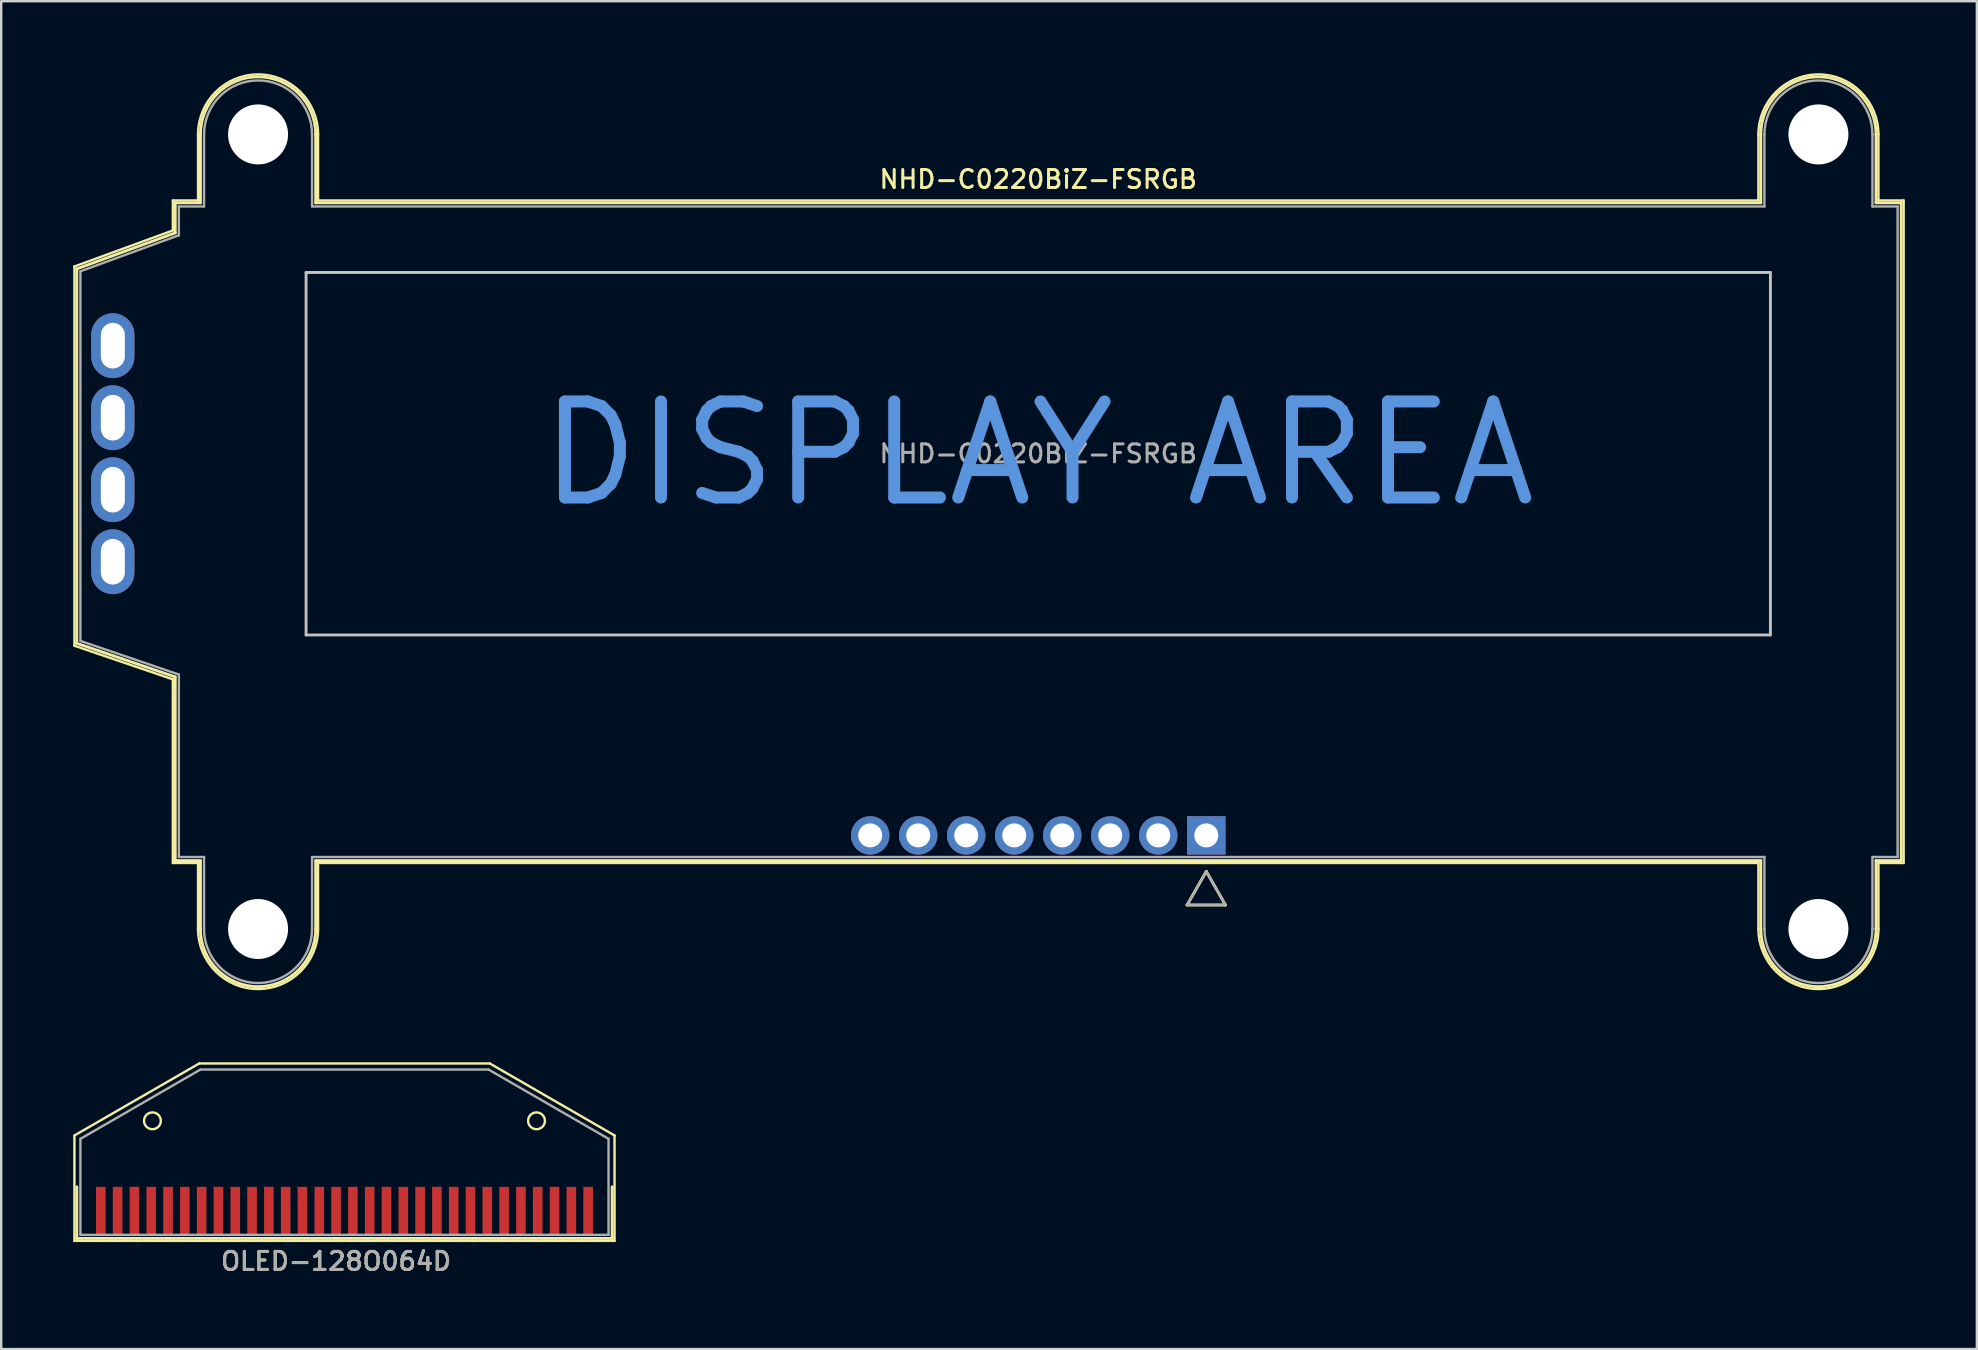
<source format=kicad_pcb>
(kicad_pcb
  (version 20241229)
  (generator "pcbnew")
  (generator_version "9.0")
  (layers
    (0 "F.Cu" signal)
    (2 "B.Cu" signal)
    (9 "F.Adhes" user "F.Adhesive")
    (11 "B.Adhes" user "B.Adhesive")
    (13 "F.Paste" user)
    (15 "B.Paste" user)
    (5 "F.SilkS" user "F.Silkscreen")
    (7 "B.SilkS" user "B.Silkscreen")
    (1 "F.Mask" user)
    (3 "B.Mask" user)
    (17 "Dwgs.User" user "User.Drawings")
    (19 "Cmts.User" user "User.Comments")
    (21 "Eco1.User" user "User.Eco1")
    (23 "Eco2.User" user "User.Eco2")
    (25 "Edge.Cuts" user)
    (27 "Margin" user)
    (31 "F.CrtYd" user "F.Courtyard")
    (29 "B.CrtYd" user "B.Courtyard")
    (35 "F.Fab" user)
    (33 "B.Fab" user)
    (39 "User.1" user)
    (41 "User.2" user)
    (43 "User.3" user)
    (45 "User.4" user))
  (footprint "NHD-C0220BiZ-FSRGB"
    (layer "F.Cu")
    (at 40.2 15.85)
    (property "Reference" "NHD-C0220BiZ-FSRGB" (at 0 -11.43 0) (layer "F.SilkS") (effects (font (size 0.75 0.75) (thickness 0.125))))
    (attr through_hole)
    (fp_line (start -40.15 -7.8) (end -36.05 -9.3) (stroke (width 0.1) (type solid)) (layer "F.SilkS"))
    (fp_line (start -40.15 8) (end -40.15 -7.8) (stroke (width 0.1) (type solid)) (layer "F.SilkS"))
    (fp_line (start -40.05 -7.7) (end -40.05 7.9) (stroke (width 0.12) (type solid)) (layer "F.SilkS"))
    (fp_line (start -40.05 7.9) (end -35.95 9.3) (stroke (width 0.12) (type solid)) (layer "F.SilkS"))
    (fp_line (start -36.05 -10.55) (end -35 -10.55) (stroke (width 0.1) (type solid)) (layer "F.SilkS"))
    (fp_line (start -36.05 -9.3) (end -36.05 -10.55) (stroke (width 0.1) (type solid)) (layer "F.SilkS"))
    (fp_line (start -36.05 9.4) (end -40.15 8) (stroke (width 0.1) (type solid)) (layer "F.SilkS"))
    (fp_line (start -36.05 17.05) (end -36.05 9.4) (stroke (width 0.1) (type solid)) (layer "F.SilkS"))
    (fp_line (start -35.95 -10.45) (end -35.95 -9.2) (stroke (width 0.12) (type solid)) (layer "F.SilkS"))
    (fp_line (start -35.95 -9.2) (end -40.05 -7.7) (stroke (width 0.12) (type solid)) (layer "F.SilkS"))
    (fp_line (start -35.95 9.3) (end -35.95 16.95) (stroke (width 0.12) (type solid)) (layer "F.SilkS"))
    (fp_line (start -35.95 16.95) (end -34.9 16.95) (stroke (width 0.12) (type solid)) (layer "F.SilkS"))
    (fp_line (start -35 -10.55) (end -35 -13.3) (stroke (width 0.1) (type solid)) (layer "F.SilkS"))
    (fp_line (start -35 17.05) (end -36.05 17.05) (stroke (width 0.1) (type solid)) (layer "F.SilkS"))
    (fp_line (start -35 19.8) (end -35 17.05) (stroke (width 0.1) (type solid)) (layer "F.SilkS"))
    (fp_line (start -34.9 -13.3) (end -34.9 -10.45) (stroke (width 0.12) (type solid)) (layer "F.SilkS"))
    (fp_line (start -34.9 -10.45) (end -35.95 -10.45) (stroke (width 0.12) (type solid)) (layer "F.SilkS"))
    (fp_line (start -34.9 16.95) (end -34.9 19.8) (stroke (width 0.12) (type solid)) (layer "F.SilkS"))
    (fp_line (start -30.1 -10.45) (end -30.1 -13.3) (stroke (width 0.12) (type solid)) (layer "F.SilkS"))
    (fp_line (start -30.1 16.95) (end 30.1 16.95) (stroke (width 0.12) (type solid)) (layer "F.SilkS"))
    (fp_line (start -30.1 19.8) (end -30.1 16.95) (stroke (width 0.12) (type solid)) (layer "F.SilkS"))
    (fp_line (start -30 -13.3) (end -30 -10.55) (stroke (width 0.1) (type solid)) (layer "F.SilkS"))
    (fp_line (start -30 -10.55) (end 30 -10.55) (stroke (width 0.1) (type solid)) (layer "F.SilkS"))
    (fp_line (start -30 17.05) (end -30 19.8) (stroke (width 0.1) (type solid)) (layer "F.SilkS"))
    (fp_line (start 6.2 18.8) (end 7 17.4) (stroke (width 0.12) (type solid)) (layer "F.SilkS"))
    (fp_line (start 6.2 18.8) (end 7.8 18.8) (stroke (width 0.12) (type solid)) (layer "F.SilkS"))
    (fp_line (start 7 17.4) (end 7.8 18.8) (stroke (width 0.12) (type solid)) (layer "F.SilkS"))
    (fp_line (start 30 -10.55) (end 30 -13.3) (stroke (width 0.1) (type solid)) (layer "F.SilkS"))
    (fp_line (start 30 17.05) (end -30 17.05) (stroke (width 0.1) (type solid)) (layer "F.SilkS"))
    (fp_line (start 30 19.8) (end 30 17.05) (stroke (width 0.1) (type solid)) (layer "F.SilkS"))
    (fp_line (start 30.1 -13.3) (end 30.1 -10.45) (stroke (width 0.12) (type solid)) (layer "F.SilkS"))
    (fp_line (start 30.1 -10.45) (end -30.1 -10.45) (stroke (width 0.12) (type solid)) (layer "F.SilkS"))
    (fp_line (start 30.1 16.95) (end 30.1 19.8) (stroke (width 0.12) (type solid)) (layer "F.SilkS"))
    (fp_line (start 34.9 -10.45) (end 34.9 -13.3) (stroke (width 0.12) (type solid)) (layer "F.SilkS"))
    (fp_line (start 34.9 16.95) (end 35.95 16.95) (stroke (width 0.12) (type solid)) (layer "F.SilkS"))
    (fp_line (start 34.9 19.8) (end 34.9 16.95) (stroke (width 0.12) (type solid)) (layer "F.SilkS"))
    (fp_line (start 35 -10.55) (end 35 -13.3) (stroke (width 0.1) (type solid)) (layer "F.SilkS"))
    (fp_line (start 35 17.05) (end 35 19.8) (stroke (width 0.1) (type solid)) (layer "F.SilkS"))
    (fp_line (start 35.95 -10.45) (end 34.9 -10.45) (stroke (width 0.12) (type solid)) (layer "F.SilkS"))
    (fp_line (start 35.95 16.95) (end 35.95 -10.45) (stroke (width 0.12) (type solid)) (layer "F.SilkS"))
    (fp_line (start 36.05 -10.55) (end 35 -10.55) (stroke (width 0.1) (type solid)) (layer "F.SilkS"))
    (fp_line (start 36.05 -10.55) (end 36.05 17.05) (stroke (width 0.1) (type solid)) (layer "F.SilkS"))
    (fp_line (start 36.05 17.05) (end 35 17.05) (stroke (width 0.1) (type solid)) (layer "F.SilkS"))
    (fp_arc (start -35 -13.3) (mid -32.5 -15.8) (end -30 -13.3) (stroke (width 0.1) (type solid)) (layer "F.SilkS"))
    (fp_arc (start -34.9 -13.3) (mid -32.5 -15.7) (end -30.1 -13.3) (stroke (width 0.12) (type solid)) (layer "F.SilkS"))
    (fp_arc (start -30.1 19.8) (mid -32.5 22.2) (end -34.9 19.8) (stroke (width 0.12) (type solid)) (layer "F.SilkS"))
    (fp_arc (start -30 19.8) (mid -32.5 22.3) (end -35 19.8) (stroke (width 0.1) (type solid)) (layer "F.SilkS"))
    (fp_arc (start 30 -13.3) (mid 32.5 -15.8) (end 35 -13.3) (stroke (width 0.1) (type solid)) (layer "F.SilkS"))
    (fp_arc (start 30.1 -13.3) (mid 32.5 -15.7) (end 34.9 -13.3) (stroke (width 0.12) (type solid)) (layer "F.SilkS"))
    (fp_arc (start 34.9 19.8) (mid 32.5 22.2) (end 30.1 19.8) (stroke (width 0.12) (type solid)) (layer "F.SilkS"))
    (fp_arc (start 35 19.8) (mid 32.5 22.3) (end 30 19.8) (stroke (width 0.1) (type solid)) (layer "F.SilkS"))
    (fp_line (start -30.5 -7.55) (end 30.5 -7.55) (stroke (width 0.12) (type solid)) (layer "Dwgs.User"))
    (fp_line (start -30.5 7.55) (end -30.5 -7.55) (stroke (width 0.12) (type solid)) (layer "Dwgs.User"))
    (fp_line (start 30.5 -7.55) (end 30.5 7.55) (stroke (width 0.12) (type solid)) (layer "Dwgs.User"))
    (fp_line (start 30.5 7.55) (end -30.5 7.55) (stroke (width 0.12) (type solid)) (layer "Dwgs.User"))
    (fp_line (start -39.9 -7.6) (end -35.8 -9.1) (stroke (width 0.1) (type solid)) (layer "F.Fab"))
    (fp_line (start -39.9 7.8) (end -39.9 -7.6) (stroke (width 0.1) (type solid)) (layer "F.Fab"))
    (fp_line (start -35.8 -10.3) (end -35.8 -9.1) (stroke (width 0.1) (type solid)) (layer "F.Fab"))
    (fp_line (start -35.8 -10.3) (end -34.75 -10.3) (stroke (width 0.1) (type solid)) (layer "F.Fab"))
    (fp_line (start -35.8 9.2) (end -39.9 7.8) (stroke (width 0.1) (type solid)) (layer "F.Fab"))
    (fp_line (start -35.8 9.2) (end -35.8 16.8) (stroke (width 0.1) (type solid)) (layer "F.Fab"))
    (fp_line (start -34.75 -10.3) (end -34.75 -13.3) (stroke (width 0.1) (type solid)) (layer "F.Fab"))
    (fp_line (start -34.75 16.8) (end -35.8 16.8) (stroke (width 0.1) (type solid)) (layer "F.Fab"))
    (fp_line (start -34.75 19.8) (end -34.75 16.8) (stroke (width 0.1) (type solid)) (layer "F.Fab"))
    (fp_line (start -30.25 -10.3) (end -30.25 -13.3) (stroke (width 0.1) (type solid)) (layer "F.Fab"))
    (fp_line (start -30.25 -10.3) (end 30.25 -10.3) (stroke (width 0.1) (type solid)) (layer "F.Fab"))
    (fp_line (start -30.25 16.8) (end -30.25 19.7) (stroke (width 0.1) (type solid)) (layer "F.Fab"))
    (fp_line (start -30.25 16.8) (end 30.25 16.8) (stroke (width 0.1) (type solid)) (layer "F.Fab"))
    (fp_line (start 6.2 18.8) (end 7.8 18.8) (stroke (width 0.1) (type solid)) (layer "F.Fab"))
    (fp_line (start 7 17.4) (end 6.2 18.8) (stroke (width 0.1) (type solid)) (layer "F.Fab"))
    (fp_line (start 7.8 18.8) (end 7 17.4) (stroke (width 0.1) (type solid)) (layer "F.Fab"))
    (fp_line (start 30.25 -10.3) (end 30.25 -13.3) (stroke (width 0.1) (type solid)) (layer "F.Fab"))
    (fp_line (start 30.25 19.8) (end 30.25 16.8) (stroke (width 0.1) (type solid)) (layer "F.Fab"))
    (fp_line (start 34.75 -13.3) (end 34.75 -10.3) (stroke (width 0.1) (type solid)) (layer "F.Fab"))
    (fp_line (start 34.75 -10.3) (end 35.8 -10.3) (stroke (width 0.1) (type solid)) (layer "F.Fab"))
    (fp_line (start 34.75 16.8) (end 34.75 19.8) (stroke (width 0.1) (type solid)) (layer "F.Fab"))
    (fp_line (start 35.8 -10.3) (end 35.8 16.8) (stroke (width 0.1) (type solid)) (layer "F.Fab"))
    (fp_line (start 35.8 16.8) (end 34.75 16.8) (stroke (width 0.1) (type solid)) (layer "F.Fab"))
    (fp_arc (start -34.75 -13.3) (mid -32.5 -15.55) (end -30.25 -13.3) (stroke (width 0.1) (type solid)) (layer "F.Fab"))
    (fp_arc (start -30.251542 19.716724) (mid -32.458355 22.049614) (end -34.75 19.8) (stroke (width 0.1) (type solid)) (layer "F.Fab"))
    (fp_arc (start 30.25 -13.3) (mid 32.5 -15.55) (end 34.75 -13.3) (stroke (width 0.1) (type solid)) (layer "F.Fab"))
    (fp_arc (start 34.75 19.8) (mid 32.5 22.05) (end 30.25 19.8) (stroke (width 0.1) (type solid)) (layer "F.Fab"))
    (fp_text user "DISPLAY AREA" (at 0 0 0) (layer "Cmts.User") (effects (font (size 4 4) (thickness 0.5))))
    (fp_text user "${REFERENCE}" (at 0 0 0) (layer "F.Fab") (effects (font (size 0.75 0.75) (thickness 0.125))))
    (pad "" np_thru_hole circle (at -32.5 -13.3) (size 2.5 2.5) (drill 2.5) (layers "*.Cu" "*.Mask"))
    (pad "" np_thru_hole circle (at -32.5 19.8) (size 2.5 2.5) (drill 2.5) (layers "*.Cu" "*.Mask"))
    (pad "" np_thru_hole circle (at 32.5 -13.3) (size 2.5 2.5) (drill 2.5) (layers "*.Cu" "*.Mask"))
    (pad "" np_thru_hole circle (at 32.5 19.8) (size 2.5 2.5) (drill 2.5) (layers "*.Cu" "*.Mask"))
    (pad "1" thru_hole rect (at 7 15.9) (size 1.6 1.6) (drill 1) (layers "*.Cu" "*.Mask"))
    (pad "2" thru_hole circle (at 5 15.9) (size 1.6 1.6) (drill 1) (layers "*.Cu" "*.Mask"))
    (pad "3" thru_hole circle (at 3 15.9) (size 1.6 1.6) (drill 1) (layers "*.Cu" "*.Mask"))
    (pad "4" thru_hole circle (at 1 15.9) (size 1.6 1.6) (drill 1) (layers "*.Cu" "*.Mask"))
    (pad "5" thru_hole circle (at -1 15.9) (size 1.6 1.6) (drill 1) (layers "*.Cu" "*.Mask"))
    (pad "6" thru_hole circle (at -3 15.9) (size 1.6 1.6) (drill 1) (layers "*.Cu" "*.Mask"))
    (pad "7" thru_hole circle (at -5 15.9) (size 1.6 1.6) (drill 1) (layers "*.Cu" "*.Mask"))
    (pad "8" thru_hole circle (at -7 15.9) (size 1.6 1.6) (drill 1) (layers "*.Cu" "*.Mask"))
    (pad "9" thru_hole oval (at -38.55 4.5) (size 1.8 2.7) (drill oval 1 1.9) (layers "*.Cu" "*.Mask"))
    (pad "10" thru_hole oval (at -38.55 1.5) (size 1.8 2.7) (drill oval 1 1.9) (layers "*.Cu" "*.Mask"))
    (pad "11" thru_hole oval (at -38.55 -1.5) (size 1.8 2.7) (drill oval 1 1.9) (layers "*.Cu" "*.Mask"))
    (pad "12" thru_hole oval (at -38.55 -4.5) (size 1.8 2.7) (drill oval 1 1.9) (layers "*.Cu" "*.Mask")))
  (footprint "OLED-128O064D"
    (layer "F.Cu")
    (at 11.3 47.39)
    (property "Reference" "OLED-128O064D" (at -0.35 2.1 0) (layer "F.SilkS") (effects (font (size 0.75 0.75) (thickness 0.125))))
    (attr smd)
    (fp_line (start -11.25 -3.14) (end -11.25 1.25) (stroke (width 0.1) (type solid)) (layer "F.SilkS"))
    (fp_line (start -11.15 -1) (end -11.15 1.15) (stroke (width 0.12) (type solid)) (layer "F.SilkS"))
    (fp_line (start -11.15 1.15) (end 11.15 1.15) (stroke (width 0.12) (type solid)) (layer "F.SilkS"))
    (fp_line (start -6.05 -6.14) (end -11.25 -3.14) (stroke (width 0.1) (type solid)) (layer "F.SilkS"))
    (fp_line (start 6.05 -6.14) (end -6.05 -6.14) (stroke (width 0.1) (type solid)) (layer "F.SilkS"))
    (fp_line (start 6.05 -6.14) (end 11.25 -3.14) (stroke (width 0.1) (type solid)) (layer "F.SilkS"))
    (fp_line (start 11.15 1.15) (end 11.15 -1) (stroke (width 0.12) (type solid)) (layer "F.SilkS"))
    (fp_line (start 11.25 1.25) (end -11.25 1.25) (stroke (width 0.1) (type solid)) (layer "F.SilkS"))
    (fp_line (start 11.25 1.25) (end 11.25 -3.14) (stroke (width 0.1) (type solid)) (layer "F.SilkS"))
    (fp_circle (center -8 -3.75) (end -7.65 -3.75) (stroke (width 0.1) (type solid)) (fill no) (layer "F.SilkS"))
    (fp_circle (center 8 -3.75) (end 8.35 -3.75) (stroke (width 0.1) (type solid)) (fill no) (layer "F.SilkS"))
    (fp_line (start -11 -3) (end -6 -5.887) (stroke (width 0.1) (type solid)) (layer "F.Fab"))
    (fp_line (start -11 1) (end -11 -3) (stroke (width 0.1) (type solid)) (layer "F.Fab"))
    (fp_line (start -11 1) (end 11 1) (stroke (width 0.1) (type solid)) (layer "F.Fab"))
    (fp_line (start -6 -5.887) (end 6 -5.887) (stroke (width 0.1) (type solid)) (layer "F.Fab"))
    (fp_line (start 11 -3) (end 6 -5.887) (stroke (width 0.1) (type solid)) (layer "F.Fab"))
    (fp_line (start 11 1) (end 11 -3) (stroke (width 0.1) (type solid)) (layer "F.Fab"))
    (fp_text user "${REFERENCE}" (at -0.35 2.1 0) (layer "F.Fab") (effects (font (size 0.75 0.75) (thickness 0.125))))
    (pad "1" smd rect (at -10.15 0) (size 0.4 2) (layers "F.Cu" "F.Mask" "F.Paste"))
    (pad "2" smd rect (at -9.45 0) (size 0.4 2) (layers "F.Cu" "F.Mask" "F.Paste"))
    (pad "3" smd rect (at -8.75 0) (size 0.4 2) (layers "F.Cu" "F.Mask" "F.Paste"))
    (pad "4" smd rect (at -8.05 0) (size 0.4 2) (layers "F.Cu" "F.Mask" "F.Paste"))
    (pad "5" smd rect (at -7.35 0) (size 0.4 2) (layers "F.Cu" "F.Mask" "F.Paste"))
    (pad "6" smd rect (at -6.65 0) (size 0.4 2) (layers "F.Cu" "F.Mask" "F.Paste"))
    (pad "7" smd rect (at -5.95 0) (size 0.4 2) (layers "F.Cu" "F.Mask" "F.Paste"))
    (pad "8" smd rect (at -5.25 0) (size 0.4 2) (layers "F.Cu" "F.Mask" "F.Paste"))
    (pad "9" smd rect (at -4.55 0) (size 0.4 2) (layers "F.Cu" "F.Mask" "F.Paste"))
    (pad "10" smd rect (at -3.85 0) (size 0.4 2) (layers "F.Cu" "F.Mask" "F.Paste"))
    (pad "11" smd rect (at -3.15 0) (size 0.4 2) (layers "F.Cu" "F.Mask" "F.Paste"))
    (pad "12" smd rect (at -2.45 0) (size 0.4 2) (layers "F.Cu" "F.Mask" "F.Paste"))
    (pad "13" smd rect (at -1.75 0) (size 0.4 2) (layers "F.Cu" "F.Mask" "F.Paste"))
    (pad "14" smd rect (at -1.05 0) (size 0.4 2) (layers "F.Cu" "F.Mask" "F.Paste"))
    (pad "15" smd rect (at -0.35 0) (size 0.4 2) (layers "F.Cu" "F.Mask" "F.Paste"))
    (pad "16" smd rect (at 0.35 0) (size 0.4 2) (layers "F.Cu" "F.Mask" "F.Paste"))
    (pad "17" smd rect (at 1.05 0) (size 0.4 2) (layers "F.Cu" "F.Mask" "F.Paste"))
    (pad "18" smd rect (at 1.75 0) (size 0.4 2) (layers "F.Cu" "F.Mask" "F.Paste"))
    (pad "19" smd rect (at 2.45 0) (size 0.4 2) (layers "F.Cu" "F.Mask" "F.Paste"))
    (pad "20" smd rect (at 3.15 0) (size 0.4 2) (layers "F.Cu" "F.Mask" "F.Paste"))
    (pad "21" smd rect (at 3.85 0) (size 0.4 2) (layers "F.Cu" "F.Mask" "F.Paste"))
    (pad "22" smd rect (at 4.55 0) (size 0.4 2) (layers "F.Cu" "F.Mask" "F.Paste"))
    (pad "23" smd rect (at 5.25 0) (size 0.4 2) (layers "F.Cu" "F.Mask" "F.Paste"))
    (pad "24" smd rect (at 5.95 0) (size 0.4 2) (layers "F.Cu" "F.Mask" "F.Paste"))
    (pad "25" smd rect (at 6.65 0) (size 0.4 2) (layers "F.Cu" "F.Mask" "F.Paste"))
    (pad "26" smd rect (at 7.35 0) (size 0.4 2) (layers "F.Cu" "F.Mask" "F.Paste"))
    (pad "27" smd rect (at 8.05 0) (size 0.4 2) (layers "F.Cu" "F.Mask" "F.Paste"))
    (pad "28" smd rect (at 8.75 0) (size 0.4 2) (layers "F.Cu" "F.Mask" "F.Paste"))
    (pad "29" smd rect (at 9.45 0) (size 0.4 2) (layers "F.Cu" "F.Mask" "F.Paste"))
    (pad "30" smd rect (at 10.15 0) (size 0.4 2) (layers "F.Cu" "F.Mask" "F.Paste")))
  (gr_rect
    (start -3 -3)
    (end 79.3 53.148)
    (stroke (width 0.1) (type default))
    (fill no)
    (layer "Edge.Cuts")))
</source>
